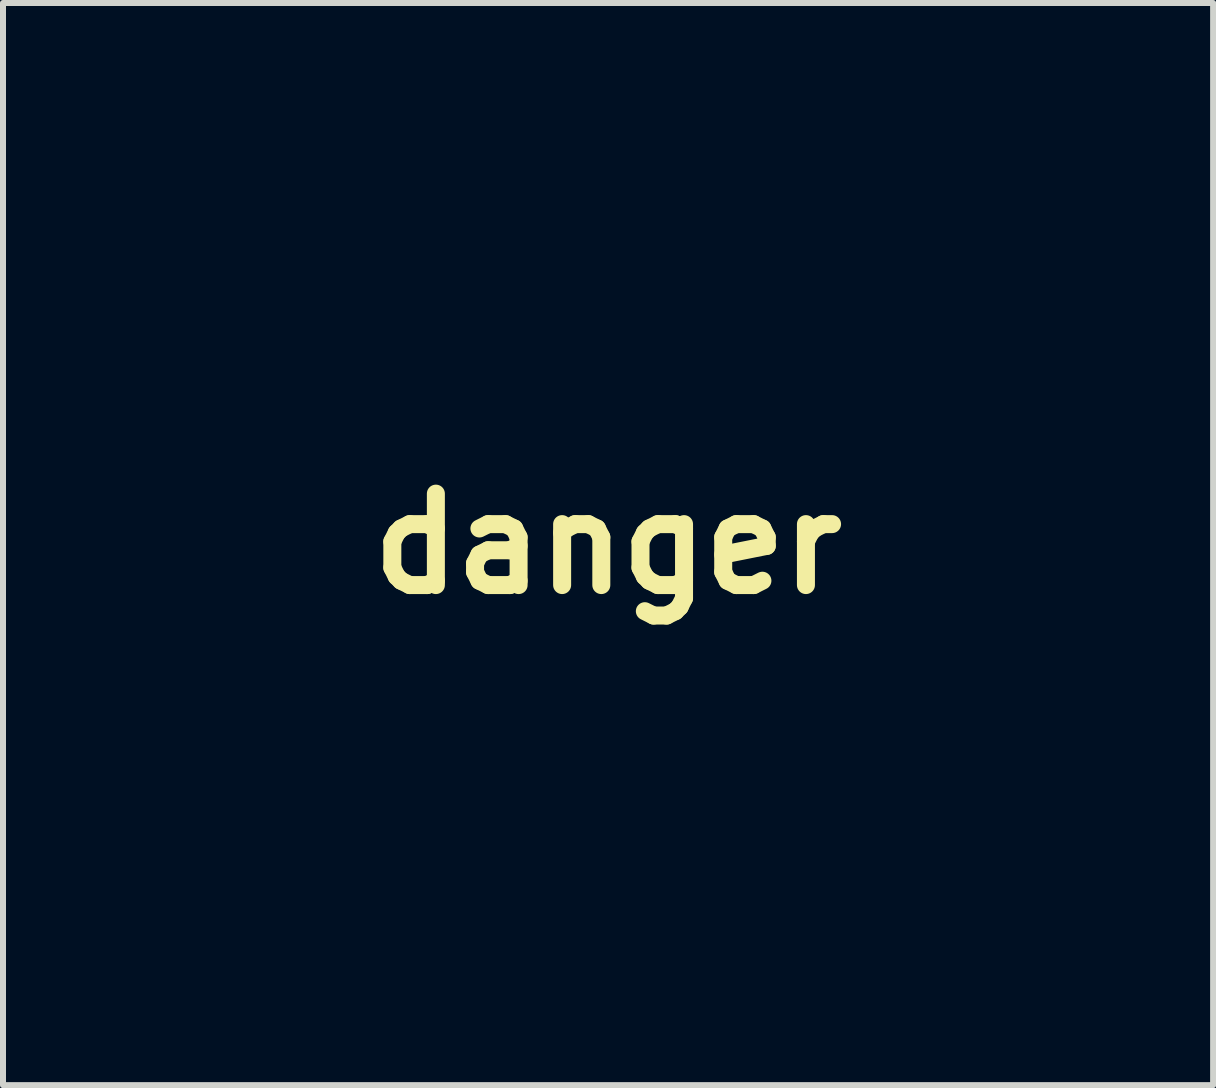
<source format=kicad_pcb>
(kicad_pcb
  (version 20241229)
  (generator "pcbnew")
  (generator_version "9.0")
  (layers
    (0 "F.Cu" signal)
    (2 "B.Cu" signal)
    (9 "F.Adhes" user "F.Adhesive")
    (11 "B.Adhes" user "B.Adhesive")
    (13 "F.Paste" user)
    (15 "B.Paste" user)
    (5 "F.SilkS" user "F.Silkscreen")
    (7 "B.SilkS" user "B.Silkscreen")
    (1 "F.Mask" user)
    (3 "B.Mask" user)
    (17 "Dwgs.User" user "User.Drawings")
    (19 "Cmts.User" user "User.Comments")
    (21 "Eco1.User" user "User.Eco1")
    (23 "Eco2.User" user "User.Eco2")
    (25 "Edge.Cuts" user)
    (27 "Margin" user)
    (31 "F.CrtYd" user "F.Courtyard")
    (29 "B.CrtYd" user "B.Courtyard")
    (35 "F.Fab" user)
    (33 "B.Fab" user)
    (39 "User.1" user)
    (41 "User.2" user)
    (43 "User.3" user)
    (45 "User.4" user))
  (footprint "danger"
    (layer "F.Cu")
    (at 7.082 6.013)
    (property "Reference" "danger" (at 0 0 0) (layer "F.SilkS") (effects (font (size 1.524 1.524) (thickness 0.3))))
    (attr through_hole)
    (fp_poly (pts (xy 0.528 3.408) (xy 0.533 3.49) (xy 0.528 3.535) (xy 0.521 3.548) (xy 0.517 3.513) (xy 0.516 3.471) (xy 0.518 3.41) (xy 0.524 3.394) (xy 0.528 3.408)) (stroke (width 0.01) (type solid)) (fill yes) (layer "F.Mask"))
    (fp_poly (pts (xy -3.182 2.225) (xy -3.099 2.311) (xy -3.038 2.385) (xy -2.995 2.456) (xy -2.966 2.535) (xy -2.948 2.633) (xy -2.939 2.762) (xy -2.934 2.93) (xy -2.932 3.033) (xy -2.925 3.509) (xy -3.253 3.822) (xy -3.403 3.969) (xy -3.521 4.096) (xy -3.611 4.215) (xy -3.679 4.337) (xy -3.731 4.472) (xy -3.772 4.634) (xy -3.809 4.831) (xy -3.835 5.005) (xy -3.894 5.243) (xy -3.995 5.464) (xy -4.133 5.66) (xy -4.299 5.819) (xy -4.468 5.923) (xy -4.644 5.992) (xy -4.808 6.02) (xy -4.985 6.011) (xy -5.007 6.008) (xy -5.158 5.962) (xy -5.31 5.87) (xy -5.465 5.73) (xy -5.628 5.537) (xy -5.638 5.522) (xy -5.771 5.351) (xy -5.888 5.214) (xy -6.001 5.098) (xy -6.125 4.99) (xy -6.273 4.875) (xy -6.312 4.846) (xy -6.509 4.69) (xy -6.684 4.529) (xy -6.829 4.373) (xy -6.935 4.229) (xy -6.972 4.163) (xy -7.021 4.021) (xy -7.048 3.86) (xy -7.051 3.703) (xy -7.029 3.575) (xy -6.967 3.466) (xy -6.858 3.357) (xy -6.711 3.253) (xy -6.535 3.16) (xy -6.339 3.083) (xy -6.143 3.029) (xy -5.927 3.001) (xy -5.676 3) (xy -5.406 3.026) (xy -5.193 3.063) (xy -4.952 3.113) (xy -4.558 2.86) (xy -4.387 2.75) (xy -4.19 2.622) (xy -3.988 2.491) (xy -3.802 2.37) (xy -3.75 2.336) (xy -3.337 2.066) (xy -3.182 2.225)) (stroke (width 0.01) (type solid)) (fill yes) (layer "F.Mask"))
    (fp_poly (pts (xy -5.711 -5.983) (xy -5.535 -5.904) (xy -5.51 -5.887) (xy -5.422 -5.809) (xy -5.314 -5.684) (xy -5.189 -5.517) (xy -5.05 -5.311) (xy -4.9 -5.071) (xy -4.756 -4.825) (xy -4.673 -4.683) (xy -4.598 -4.568) (xy -4.521 -4.467) (xy -4.433 -4.37) (xy -4.323 -4.263) (xy -4.181 -4.136) (xy -4.139 -4.1) (xy -4.002 -3.981) (xy -4.129 -3.677) (xy -4.225 -3.437) (xy -4.297 -3.235) (xy -4.347 -3.059) (xy -4.379 -2.898) (xy -4.395 -2.745) (xy -4.407 -2.624) (xy -4.422 -2.544) (xy -4.44 -2.513) (xy -4.442 -2.513) (xy -4.477 -2.528) (xy -4.548 -2.568) (xy -4.646 -2.626) (xy -4.755 -2.695) (xy -4.871 -2.766) (xy -4.973 -2.825) (xy -5.051 -2.864) (xy -5.092 -2.877) (xy -5.142 -2.891) (xy -5.224 -2.926) (xy -5.321 -2.975) (xy -5.33 -2.98) (xy -5.528 -3.069) (xy -5.745 -3.127) (xy -5.994 -3.156) (xy -6.158 -3.16) (xy -6.374 -3.167) (xy -6.547 -3.189) (xy -6.689 -3.227) (xy -6.813 -3.286) (xy -6.84 -3.302) (xy -6.965 -3.405) (xy -7.043 -3.528) (xy -7.077 -3.681) (xy -7.077 -3.815) (xy -7.069 -3.899) (xy -7.055 -3.97) (xy -7.029 -4.041) (xy -6.987 -4.125) (xy -6.923 -4.236) (xy -6.872 -4.32) (xy -6.765 -4.502) (xy -6.685 -4.652) (xy -6.629 -4.785) (xy -6.59 -4.914) (xy -6.565 -5.055) (xy -6.547 -5.217) (xy -6.519 -5.433) (xy -6.474 -5.602) (xy -6.41 -5.735) (xy -6.322 -5.838) (xy -6.247 -5.895) (xy -6.074 -5.979) (xy -5.893 -6.008) (xy -5.711 -5.983)) (stroke (width 0.01) (type solid)) (fill yes) (layer "F.Mask"))
    (fp_poly (pts (xy 3.413 2.114) (xy 3.478 2.158) (xy 3.582 2.227) (xy 3.715 2.315) (xy 3.869 2.416) (xy 4.034 2.524) (xy 4.202 2.632) (xy 4.363 2.737) (xy 4.508 2.83) (xy 4.629 2.907) (xy 4.637 2.912) (xy 4.757 2.985) (xy 4.866 3.046) (xy 4.951 3.087) (xy 5.001 3.104) (xy 5.004 3.104) (xy 5.057 3.099) (xy 5.15 3.085) (xy 5.269 3.064) (xy 5.356 3.048) (xy 5.656 3.004) (xy 5.926 2.998) (xy 6.178 3.031) (xy 6.426 3.103) (xy 6.581 3.168) (xy 6.777 3.273) (xy 6.921 3.386) (xy 7.017 3.512) (xy 7.068 3.657) (xy 7.08 3.828) (xy 7.077 3.874) (xy 7.051 4.031) (xy 6.998 4.178) (xy 6.911 4.322) (xy 6.788 4.468) (xy 6.622 4.624) (xy 6.411 4.794) (xy 6.369 4.826) (xy 6.228 4.932) (xy 6.122 5.016) (xy 6.038 5.089) (xy 5.964 5.162) (xy 5.89 5.247) (xy 5.804 5.355) (xy 5.717 5.467) (xy 5.573 5.646) (xy 5.447 5.781) (xy 5.332 5.878) (xy 5.221 5.943) (xy 5.122 5.98) (xy 4.955 6.006) (xy 4.771 6.002) (xy 4.607 5.97) (xy 4.463 5.909) (xy 4.316 5.82) (xy 4.188 5.717) (xy 4.124 5.649) (xy 4.022 5.499) (xy 3.946 5.337) (xy 3.889 5.149) (xy 3.848 4.921) (xy 3.841 4.866) (xy 3.8 4.631) (xy 3.735 4.425) (xy 3.64 4.237) (xy 3.509 4.053) (xy 3.335 3.864) (xy 3.245 3.778) (xy 2.932 3.485) (xy 2.941 2.992) (xy 2.946 2.793) (xy 2.953 2.641) (xy 2.967 2.526) (xy 2.99 2.438) (xy 3.025 2.366) (xy 3.075 2.302) (xy 3.144 2.235) (xy 3.193 2.192) (xy 3.34 2.063) (xy 3.413 2.114)) (stroke (width 0.01) (type solid)) (fill yes) (layer "F.Mask"))
    (fp_poly (pts (xy 5.855 -6.006) (xy 5.887 -6.003) (xy 6.067 -5.959) (xy 6.229 -5.872) (xy 6.362 -5.749) (xy 6.453 -5.599) (xy 6.46 -5.582) (xy 6.477 -5.52) (xy 6.496 -5.419) (xy 6.516 -5.299) (xy 6.521 -5.258) (xy 6.583 -4.933) (xy 6.684 -4.636) (xy 6.828 -4.35) (xy 6.846 -4.319) (xy 6.944 -4.15) (xy 7.012 -4.014) (xy 7.055 -3.9) (xy 7.078 -3.794) (xy 7.084 -3.692) (xy 7.062 -3.532) (xy 6.997 -3.404) (xy 6.922 -3.33) (xy 6.851 -3.279) (xy 6.779 -3.24) (xy 6.695 -3.212) (xy 6.591 -3.191) (xy 6.455 -3.177) (xy 6.278 -3.165) (xy 6.167 -3.16) (xy 5.966 -3.15) (xy 5.811 -3.138) (xy 5.69 -3.121) (xy 5.591 -3.097) (xy 5.503 -3.062) (xy 5.414 -3.015) (xy 5.323 -2.958) (xy 5.232 -2.904) (xy 5.153 -2.865) (xy 5.105 -2.85) (xy 5.104 -2.85) (xy 5.054 -2.835) (xy 4.967 -2.792) (xy 4.853 -2.728) (xy 4.721 -2.647) (xy 4.581 -2.555) (xy 4.553 -2.536) (xy 4.483 -2.49) (xy 4.435 -2.461) (xy 4.423 -2.455) (xy 4.416 -2.481) (xy 4.407 -2.551) (xy 4.398 -2.652) (xy 4.395 -2.702) (xy 4.367 -2.923) (xy 4.309 -3.174) (xy 4.227 -3.441) (xy 4.124 -3.709) (xy 4.105 -3.753) (xy 4.061 -3.858) (xy 4.029 -3.943) (xy 4.013 -3.996) (xy 4.013 -4.006) (xy 4.036 -4.033) (xy 4.094 -4.089) (xy 4.177 -4.166) (xy 4.277 -4.257) (xy 4.29 -4.269) (xy 4.398 -4.367) (xy 4.481 -4.449) (xy 4.549 -4.529) (xy 4.614 -4.62) (xy 4.684 -4.734) (xy 4.77 -4.884) (xy 4.92 -5.146) (xy 5.051 -5.362) (xy 5.165 -5.537) (xy 5.268 -5.676) (xy 5.362 -5.783) (xy 5.451 -5.864) (xy 5.539 -5.923) (xy 5.575 -5.943) (xy 5.677 -5.987) (xy 5.761 -6.007) (xy 5.855 -6.006)) (stroke (width 0.01) (type solid)) (fill yes) (layer "F.Mask"))
    (fp_poly (pts (xy 0.555 -5.792) (xy 1.056 -5.726) (xy 1.523 -5.618) (xy 1.954 -5.466) (xy 2.35 -5.271) (xy 2.71 -5.034) (xy 3.033 -4.754) (xy 3.319 -4.432) (xy 3.567 -4.069) (xy 3.68 -3.866) (xy 3.839 -3.526) (xy 3.957 -3.203) (xy 4.031 -2.904) (xy 4.037 -2.87) (xy 4.052 -2.72) (xy 4.059 -2.526) (xy 4.058 -2.298) (xy 4.05 -2.047) (xy 4.034 -1.786) (xy 4.011 -1.524) (xy 3.982 -1.284) (xy 3.948 -1.03) (xy 3.909 -0.761) (xy 3.867 -0.483) (xy 3.825 -0.206) (xy 3.782 0.065) (xy 3.74 0.321) (xy 3.7 0.555) (xy 3.664 0.759) (xy 3.632 0.925) (xy 3.607 1.047) (xy 3.597 1.087) (xy 3.563 1.2) (xy 3.52 1.3) (xy 3.462 1.396) (xy 3.382 1.498) (xy 3.274 1.614) (xy 3.131 1.754) (xy 3.078 1.804) (xy 2.956 1.921) (xy 2.843 2.037) (xy 2.748 2.14) (xy 2.681 2.222) (xy 2.659 2.254) (xy 2.582 2.385) (xy 2.565 3.133) (xy 2.558 3.393) (xy 2.549 3.605) (xy 2.538 3.78) (xy 2.522 3.924) (xy 2.5 4.049) (xy 2.47 4.162) (xy 2.431 4.272) (xy 2.381 4.39) (xy 2.326 4.507) (xy 2.167 4.776) (xy 1.96 5.016) (xy 1.706 5.228) (xy 1.403 5.413) (xy 1.137 5.536) (xy 0.75 5.673) (xy 0.381 5.756) (xy 0.027 5.787) (xy -0.314 5.766) (xy -0.462 5.739) (xy -0.656 5.693) (xy -0.862 5.636) (xy -1.064 5.572) (xy -1.25 5.506) (xy -1.405 5.443) (xy -1.496 5.4) (xy -1.781 5.217) (xy -2.021 5.003) (xy -2.217 4.756) (xy -2.373 4.472) (xy -2.49 4.148) (xy -2.504 4.094) (xy -2.527 4.004) (xy -2.545 3.918) (xy -2.559 3.829) (xy -2.569 3.725) (xy -2.577 3.599) (xy -2.584 3.44) (xy -2.59 3.24) (xy -2.593 3.134) (xy -2.117 3.134) (xy -2.11 3.23) (xy -2.095 3.311) (xy -2.085 3.337) (xy -2.058 3.379) (xy -2.036 3.372) (xy -2.014 3.344) (xy -1.988 3.28) (xy -1.976 3.196) (xy -1.976 3.187) (xy -1.984 3.125) (xy -1.899 3.125) (xy -1.885 3.285) (xy -1.868 3.408) (xy -1.839 3.476) (xy -1.801 3.489) (xy -1.753 3.447) (xy -1.753 3.447) (xy -1.702 3.38) (xy -1.684 3.511) (xy -1.661 3.625) (xy -1.63 3.709) (xy -1.595 3.751) (xy -1.584 3.754) (xy -1.557 3.731) (xy -1.529 3.682) (xy -1.497 3.581) (xy -1.507 3.526) (xy -1.439 3.526) (xy -1.439 3.59) (xy -1.432 3.693) (xy -1.416 3.813) (xy -1.393 3.934) (xy -1.368 4.037) (xy -1.343 4.105) (xy -1.339 4.112) (xy -1.294 4.166) (xy -1.252 4.168) (xy -1.202 4.123) (xy -1.164 4.062) (xy -1.125 3.968) (xy -1.092 3.866) (xy -1.074 3.777) (xy -1.072 3.755) (xy -1.088 3.731) (xy -1.044 3.731) (xy -1.044 3.834) (xy -1.037 3.927) (xy -1.018 4.045) (xy -0.993 4.17) (xy -0.965 4.282) (xy -0.938 4.362) (xy -0.932 4.373) (xy -0.882 4.422) (xy -0.817 4.422) (xy -0.749 4.372) (xy -0.736 4.356) (xy -0.699 4.293) (xy -0.657 4.195) (xy -0.616 4.084) (xy -0.583 3.977) (xy -0.566 3.895) (xy -0.565 3.891) (xy -0.497 3.891) (xy -0.496 3.895) (xy -0.485 3.947) (xy -0.472 4.03) (xy -0.466 4.073) (xy -0.442 4.199) (xy -0.406 4.323) (xy -0.362 4.433) (xy -0.318 4.519) (xy -0.276 4.566) (xy -0.259 4.572) (xy -0.22 4.557) (xy -0.19 4.537) (xy -0.14 4.471) (xy -0.096 4.359) (xy -0.061 4.212) (xy -0.04 4.057) (xy -0.024 3.883) (xy 0.005 3.883) (xy 0.012 3.956) (xy 0.027 4.056) (xy 0.046 4.165) (xy 0.067 4.271) (xy 0.088 4.357) (xy 0.102 4.402) (xy 0.151 4.49) (xy 0.209 4.552) (xy 0.258 4.572) (xy 0.288 4.551) (xy 0.324 4.508) (xy 0.369 4.42) (xy 0.41 4.291) (xy 0.445 4.138) (xy 0.465 4.003) (xy 0.478 3.889) (xy 0.57 3.889) (xy 0.578 3.951) (xy 0.607 4.054) (xy 0.621 4.099) (xy 0.68 4.256) (xy 0.742 4.363) (xy 0.807 4.418) (xy 0.872 4.42) (xy 0.934 4.369) (xy 0.972 4.305) (xy 1.012 4.181) (xy 1.036 4.01) (xy 1.039 3.958) (xy 1.048 3.783) (xy 1.076 3.783) (xy 1.093 3.868) (xy 1.113 3.935) (xy 1.154 4.04) (xy 1.203 4.123) (xy 1.252 4.17) (xy 1.274 4.177) (xy 1.305 4.156) (xy 1.339 4.112) (xy 1.363 4.053) (xy 1.389 3.955) (xy 1.412 3.836) (xy 1.43 3.714) (xy 1.438 3.607) (xy 1.439 3.59) (xy 1.439 3.526) (xy 1.376 3.585) (xy 1.307 3.63) (xy 1.216 3.669) (xy 1.192 3.677) (xy 1.122 3.7) (xy 1.084 3.731) (xy 1.076 3.783) (xy 1.048 3.783) (xy 1.051 3.723) (xy 0.951 3.782) (xy 0.816 3.832) (xy 0.708 3.843) (xy 0.631 3.845) (xy 0.586 3.857) (xy 0.57 3.889) (xy 0.478 3.889) (xy 0.483 3.843) (xy 0.369 3.872) (xy 0.223 3.886) (xy 0.135 3.871) (xy 0.061 3.855) (xy 0.014 3.848) (xy 0.008 3.849) (xy 0.005 3.883) (xy -0.024 3.883) (xy -0.022 3.852) (xy -0.265 3.852) (xy -0.383 3.854) (xy -0.455 3.86) (xy -0.49 3.871) (xy -0.497 3.891) (xy -0.565 3.891) (xy -0.564 3.878) (xy -0.584 3.852) (xy -0.647 3.84) (xy -0.7 3.838) (xy -0.816 3.825) (xy -0.924 3.792) (xy -0.939 3.785) (xy -1.044 3.731) (xy -1.088 3.731) (xy -1.1 3.714) (xy -1.182 3.679) (xy -1.192 3.677) (xy -1.284 3.642) (xy -1.362 3.597) (xy -1.376 3.585) (xy -1.439 3.526) (xy -1.507 3.526) (xy -1.511 3.503) (xy -1.576 3.437) (xy -1.61 3.414) (xy -1.686 3.357) (xy -1.713 3.309) (xy -1.711 3.295) (xy -1.718 3.253) (xy -1.738 3.246) (xy -1.786 3.227) (xy -1.838 3.185) (xy -1.899 3.125) (xy -1.984 3.125) (xy -1.987 3.103) (xy -2.029 3.049) (xy -2.046 3.036) (xy -2.117 2.99) (xy -2.117 3.134) (xy -2.593 3.134) (xy -2.593 3.119) (xy -2.598 2.937) (xy -1.887 2.937) (xy -1.877 2.991) (xy -1.842 3.037) (xy -1.817 3.061) (xy -1.744 3.127) (xy -1.662 3.206) (xy -1.637 3.231) (xy -1.554 3.305) (xy -1.498 3.333) (xy -1.462 3.316) (xy -1.441 3.254) (xy -1.437 3.231) (xy -1.426 3.168) (xy -1.421 3.152) (xy -1.418 3.186) (xy -1.415 3.265) (xy -1.407 3.36) (xy -1.385 3.42) (xy -1.34 3.467) (xy -1.338 3.469) (xy -1.257 3.514) (xy -1.165 3.544) (xy -1.161 3.545) (xy -1.081 3.567) (xy -1.02 3.597) (xy -1.015 3.6) (xy -0.898 3.666) (xy -0.739 3.694) (xy -0.701 3.695) (xy -0.569 3.697) (xy -0.554 3.578) (xy -0.505 3.578) (xy -0.497 3.652) (xy -0.474 3.698) (xy -0.434 3.723) (xy -0.409 3.73) (xy -0.321 3.738) (xy -0.208 3.735) (xy -0.1 3.722) (xy -0.037 3.705) (xy -0.017 3.669) (xy -0.011 3.607) (xy 0.037 3.607) (xy 0.041 3.659) (xy 0.061 3.692) (xy 0.108 3.71) (xy 0.187 3.716) (xy 0.309 3.713) (xy 0.452 3.707) (xy 0.627 3.695) (xy 0.758 3.678) (xy 0.857 3.653) (xy 0.903 3.635) (xy 1.013 3.591) (xy 1.13 3.549) (xy 1.159 3.54) (xy 1.252 3.501) (xy 1.277 3.485) (xy 1.503 3.485) (xy 1.507 3.552) (xy 1.509 3.569) (xy 1.528 3.651) (xy 1.554 3.712) (xy 1.559 3.719) (xy 1.596 3.737) (xy 1.632 3.703) (xy 1.663 3.625) (xy 1.683 3.519) (xy 1.702 3.379) (xy 1.752 3.446) (xy 1.801 3.489) (xy 1.839 3.477) (xy 1.868 3.409) (xy 1.885 3.3) (xy 1.899 3.153) (xy 1.81 3.219) (xy 1.753 3.27) (xy 1.723 3.314) (xy 1.722 3.321) (xy 1.709 3.352) (xy 1.7 3.353) (xy 1.664 3.363) (xy 1.602 3.393) (xy 1.586 3.403) (xy 1.526 3.443) (xy 1.503 3.485) (xy 1.277 3.485) (xy 1.333 3.449) (xy 1.353 3.431) (xy 1.385 3.393) (xy 1.402 3.356) (xy 1.406 3.304) (xy 1.397 3.222) (xy 1.386 3.143) (xy 1.36 3.019) (xy 1.418 3.019) (xy 1.426 3.149) (xy 1.441 3.253) (xy 1.459 3.31) (xy 1.49 3.326) (xy 1.538 3.309) (xy 1.554 3.301) (xy 1.605 3.256) (xy 1.651 3.188) (xy 1.691 3.131) (xy 1.729 3.105) (xy 1.731 3.104) (xy 1.762 3.091) (xy 1.984 3.091) (xy 1.984 3.161) (xy 1.987 3.197) (xy 2.005 3.308) (xy 2.028 3.366) (xy 2.052 3.37) (xy 2.077 3.322) (xy 2.098 3.225) (xy 2.11 3.125) (xy 2.125 2.954) (xy 2.049 3.008) (xy 2.003 3.047) (xy 1.984 3.091) (xy 1.762 3.091) (xy 1.775 3.085) (xy 1.83 3.039) (xy 1.833 3.035) (xy 1.87 2.989) (xy 1.886 2.941) (xy 1.885 2.869) (xy 1.878 2.805) (xy 1.869 2.754) (xy 1.947 2.754) (xy 1.947 2.936) (xy 2.021 2.888) (xy 2.061 2.858) (xy 2.082 2.821) (xy 2.087 2.763) (xy 2.083 2.666) (xy 2.083 2.662) (xy 2.068 2.536) (xy 2.045 2.463) (xy 2.018 2.44) (xy 1.991 2.463) (xy 1.967 2.531) (xy 1.952 2.641) (xy 1.947 2.754) (xy 1.869 2.754) (xy 1.856 2.678) (xy 1.827 2.581) (xy 1.795 2.523) (xy 1.775 2.512) (xy 1.752 2.537) (xy 1.728 2.601) (xy 1.707 2.688) (xy 1.694 2.781) (xy 1.692 2.822) (xy 1.689 2.921) (xy 1.648 2.808) (xy 1.612 2.726) (xy 1.573 2.663) (xy 1.564 2.653) (xy 1.526 2.626) (xy 1.496 2.645) (xy 1.483 2.661) (xy 1.446 2.745) (xy 1.424 2.869) (xy 1.418 3.019) (xy 1.36 3.019) (xy 1.358 3.006) (xy 1.317 2.879) (xy 1.27 2.776) (xy 1.222 2.707) (xy 1.194 2.688) (xy 1.156 2.701) (xy 1.117 2.744) (xy 1.092 2.803) (xy 1.068 2.897) (xy 1.047 3.007) (xy 1.032 3.118) (xy 1.025 3.212) (xy 1.03 3.273) (xy 1.033 3.281) (xy 1.039 3.3) (xy 1.025 3.288) (xy 1.003 3.247) (xy 0.973 3.17) (xy 0.95 3.101) (xy 0.892 2.948) (xy 0.826 2.847) (xy 0.758 2.799) (xy 0.692 2.804) (xy 0.632 2.862) (xy 0.581 2.974) (xy 0.556 3.071) (xy 0.53 3.184) (xy 0.51 3.243) (xy 0.494 3.249) (xy 0.479 3.204) (xy 0.471 3.15) (xy 0.443 3.022) (xy 0.402 2.918) (xy 0.353 2.85) (xy 0.302 2.828) (xy 0.299 2.828) (xy 0.227 2.866) (xy 0.165 2.956) (xy 0.114 3.1) (xy 0.073 3.298) (xy 0.044 3.533) (xy 0.037 3.607) (xy -0.011 3.607) (xy -0.009 3.591) (xy -0.014 3.482) (xy -0.029 3.355) (xy -0.052 3.221) (xy -0.082 3.093) (xy -0.116 2.981) (xy -0.154 2.899) (xy -0.158 2.893) (xy -0.221 2.835) (xy -0.273 2.822) (xy -0.336 2.85) (xy -0.39 2.932) (xy -0.436 3.068) (xy -0.473 3.256) (xy -0.48 3.306) (xy -0.499 3.465) (xy -0.505 3.578) (xy -0.554 3.578) (xy -0.549 3.539) (xy -0.536 3.355) (xy -0.545 3.184) (xy -0.571 3.035) (xy -0.614 2.915) (xy -0.67 2.834) (xy -0.738 2.799) (xy -0.817 2.818) (xy -0.889 2.892) (xy -0.952 3.022) (xy -0.979 3.101) (xy -1.008 3.187) (xy -1.036 3.254) (xy -1.058 3.295) (xy -1.07 3.3) (xy -1.067 3.263) (xy -1.064 3.246) (xy -1.055 3.152) (xy -1.063 3.036) (xy -1.083 2.916) (xy -1.112 2.81) (xy -1.148 2.737) (xy -1.157 2.726) (xy -1.217 2.667) (xy -1.271 2.733) (xy -1.314 2.804) (xy -1.351 2.896) (xy -1.358 2.917) (xy -1.387 3.02) (xy -1.407 3.068) (xy -1.421 3.063) (xy -1.432 3.004) (xy -1.44 2.93) (xy -1.459 2.801) (xy -1.489 2.711) (xy -1.525 2.668) (xy -1.558 2.671) (xy -1.585 2.705) (xy -1.622 2.772) (xy -1.637 2.804) (xy -1.689 2.921) (xy -1.691 2.803) (xy -1.701 2.699) (xy -1.722 2.611) (xy -1.751 2.554) (xy -1.775 2.54) (xy -1.803 2.566) (xy -1.833 2.637) (xy -1.861 2.741) (xy -1.879 2.851) (xy -1.887 2.937) (xy -2.598 2.937) (xy -2.599 2.879) (xy -2.605 2.713) (xy -2.112 2.713) (xy -2.099 2.798) (xy -2.07 2.855) (xy -2.022 2.898) (xy -1.991 2.895) (xy -1.971 2.842) (xy -1.962 2.787) (xy -1.955 2.683) (xy -1.964 2.582) (xy -1.985 2.499) (xy -2.014 2.449) (xy -2.032 2.441) (xy -2.069 2.466) (xy -2.096 2.531) (xy -2.111 2.619) (xy -2.112 2.713) (xy -2.605 2.713) (xy -2.606 2.687) (xy -2.618 2.534) (xy -2.637 2.41) (xy -2.669 2.307) (xy -2.715 2.215) (xy -2.781 2.126) (xy -2.868 2.031) (xy -2.982 1.92) (xy -3.117 1.793) (xy -3.206 1.709) (xy -0.651 1.709) (xy -0.645 1.758) (xy -0.622 1.795) (xy -0.585 1.827) (xy -0.55 1.852) (xy -0.431 1.906) (xy -0.273 1.943) (xy -0.093 1.964) (xy 0.094 1.967) (xy 0.271 1.953) (xy 0.424 1.919) (xy 0.489 1.893) (xy 0.556 1.859) (xy 0.606 1.826) (xy 0.637 1.787) (xy 0.649 1.735) (xy 0.641 1.665) (xy 0.613 1.569) (xy 0.564 1.442) (xy 0.494 1.275) (xy 0.402 1.068) (xy 0.296 0.829) (xy 0.208 0.643) (xy 0.134 0.508) (xy 0.069 0.425) (xy 0.009 0.393) (xy -0.05 0.412) (xy -0.114 0.483) (xy -0.186 0.606) (xy -0.272 0.779) (xy -0.374 1.004) (xy -0.4 1.06) (xy -0.492 1.266) (xy -0.562 1.427) (xy -0.611 1.55) (xy -0.64 1.642) (xy -0.651 1.709) (xy -3.206 1.709) (xy -3.228 1.689) (xy -3.32 1.599) (xy -3.398 1.517) (xy -3.463 1.438) (xy -3.517 1.354) (xy -3.563 1.261) (xy -3.604 1.152) (xy -3.641 1.021) (xy -3.678 0.861) (xy -3.715 0.668) (xy -3.757 0.435) (xy -3.805 0.155) (xy -3.836 -0.03) (xy -3.924 -0.572) (xy -3.986 -1.016) (xy -2.959 -1.016) (xy -2.957 -0.814) (xy -2.938 -0.597) (xy -2.905 -0.383) (xy -2.861 -0.189) (xy -2.808 -0.033) (xy -2.803 -0.022) (xy -2.722 0.114) (xy -2.604 0.255) (xy -2.465 0.386) (xy -2.32 0.489) (xy -2.277 0.513) (xy -2.093 0.594) (xy -1.93 0.632) (xy -1.773 0.628) (xy -1.608 0.582) (xy -1.51 0.54) (xy -1.39 0.472) (xy -1.246 0.373) (xy -1.093 0.253) (xy -0.944 0.125) (xy -0.814 -0.000117) (xy -0.715 -0.111) (xy -0.708 -0.12) (xy -0.603 -0.279) (xy -0.512 -0.453) (xy -0.444 -0.623) (xy -0.408 -0.766) (xy 0.455 -0.766) (xy 0.457 -0.724) (xy 0.477 -0.598) (xy 0.518 -0.476) (xy 0.585 -0.352) (xy 0.682 -0.216) (xy 0.816 -0.061) (xy 0.973 0.104) (xy 1.108 0.239) (xy 1.215 0.34) (xy 1.304 0.415) (xy 1.384 0.472) (xy 1.466 0.52) (xy 1.523 0.548) (xy 1.729 0.626) (xy 1.918 0.653) (xy 2.1 0.63) (xy 2.244 0.575) (xy 2.393 0.486) (xy 2.539 0.371) (xy 2.667 0.243) (xy 2.762 0.117) (xy 2.781 0.083) (xy 2.87 -0.141) (xy 2.938 -0.412) (xy 2.983 -0.728) (xy 2.99 -0.819) (xy 3.001 -0.967) (xy 3.006 -1.071) (xy 3.004 -1.142) (xy 2.994 -1.192) (xy 2.976 -1.233) (xy 2.962 -1.259) (xy 2.849 -1.389) (xy 2.693 -1.487) (xy 2.55 -1.538) (xy 2.444 -1.556) (xy 2.294 -1.569) (xy 2.115 -1.577) (xy 1.92 -1.58) (xy 1.722 -1.577) (xy 1.534 -1.568) (xy 1.37 -1.555) (xy 1.269 -1.54) (xy 1.034 -1.478) (xy 0.833 -1.384) (xy 0.671 -1.262) (xy 0.551 -1.115) (xy 0.478 -0.948) (xy 0.455 -0.766) (xy -0.408 -0.766) (xy -0.406 -0.773) (xy -0.404 -0.786) (xy -0.407 -0.956) (xy -0.461 -1.11) (xy -0.567 -1.254) (xy -0.624 -1.31) (xy -0.747 -1.405) (xy -0.884 -1.479) (xy -1.043 -1.535) (xy -1.231 -1.574) (xy -1.454 -1.596) (xy -1.72 -1.604) (xy -1.972 -1.602) (xy -2.193 -1.594) (xy -2.367 -1.582) (xy -2.502 -1.564) (xy -2.608 -1.537) (xy -2.694 -1.498) (xy -2.769 -1.446) (xy -2.839 -1.381) (xy -2.891 -1.325) (xy -2.924 -1.278) (xy -2.943 -1.224) (xy -2.953 -1.148) (xy -2.958 -1.032) (xy -2.959 -1.016) (xy -3.986 -1.016) (xy -3.993 -1.062) (xy -4.043 -1.5) (xy -4.075 -1.887) (xy -4.089 -2.223) (xy -4.085 -2.511) (xy -4.066 -2.723) (xy -3.994 -3.073) (xy -3.873 -3.427) (xy -3.708 -3.779) (xy -3.505 -4.118) (xy -3.27 -4.438) (xy -3.007 -4.728) (xy -2.724 -4.98) (xy -2.536 -5.115) (xy -2.161 -5.337) (xy -1.771 -5.515) (xy -1.36 -5.65) (xy -0.923 -5.743) (xy -0.454 -5.798) (xy 0.019 -5.814) (xy 0.555 -5.792)) (stroke (width 0.01) (type solid)) (fill yes) (layer "F.Mask")))
  (gr_rect
    (start -3 -3)
    (end 17.171 15.038)
    (stroke (width 0.1) (type default))
    (fill no)
    (layer "Edge.Cuts")))
</source>
